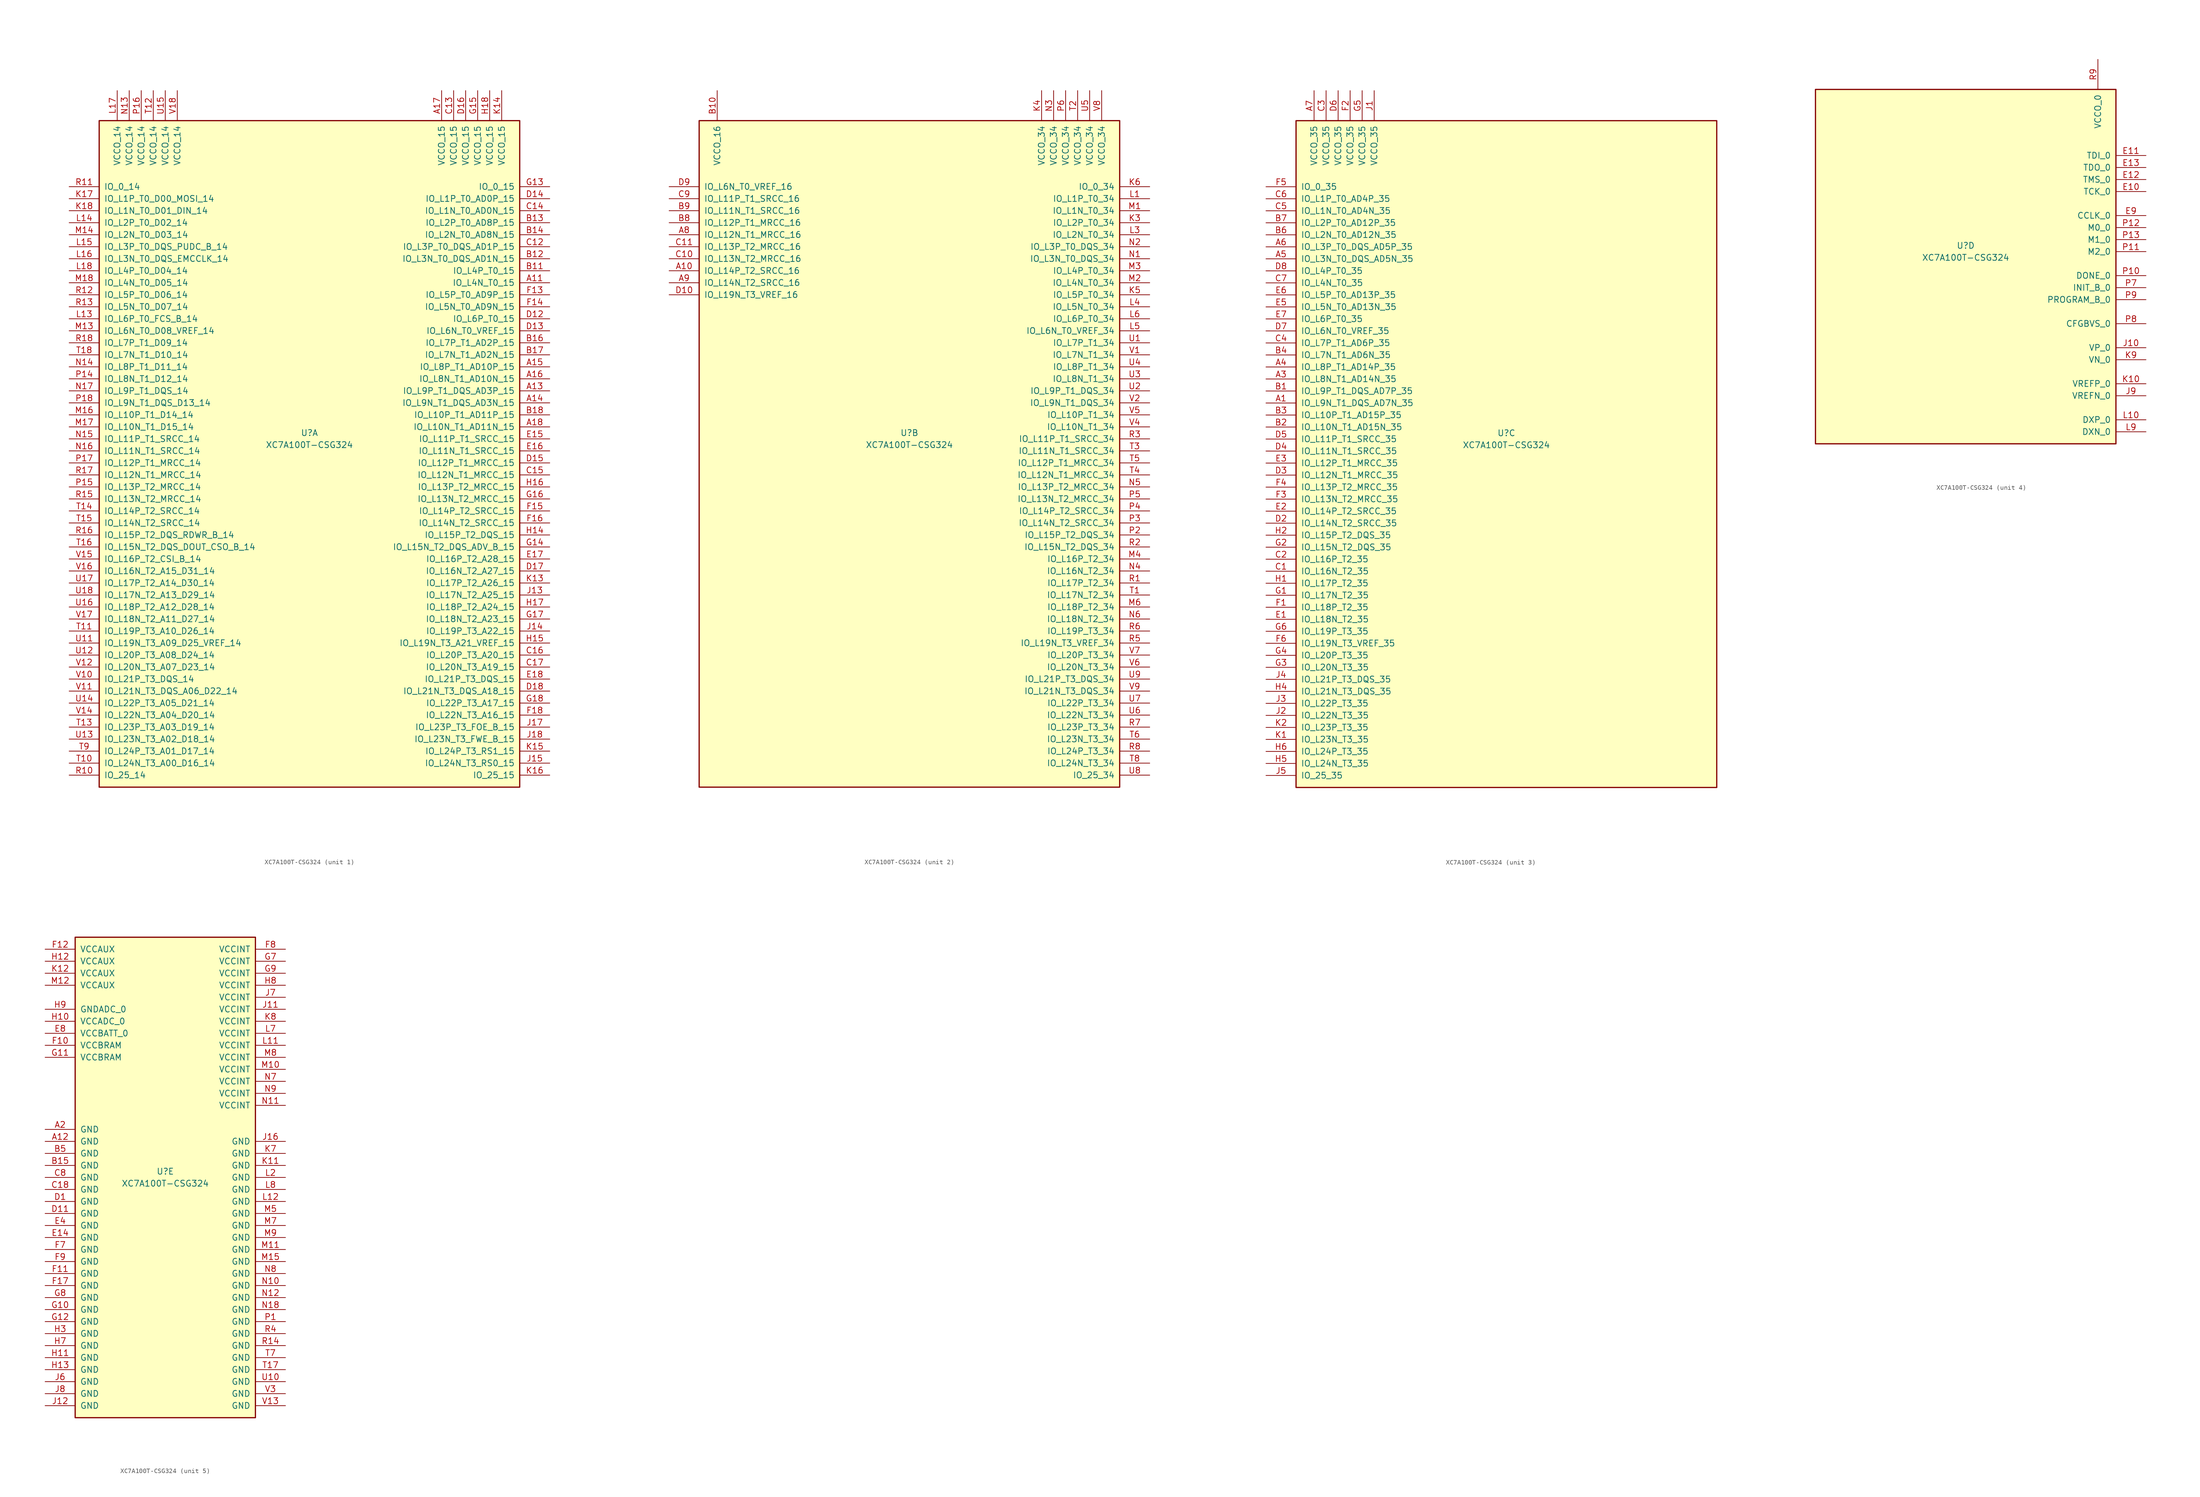
<source format=kicad_sym>
(kicad_symbol_lib
  (version 20241209)
  (generator "kicad_symbol_editor")
  (generator_version "9.0")
  (symbol "XC7A100T-CSG324"
    (pin_names
      (offset 1.016))
    (property "Reference" "U"
      (at 0 1.27 0)
      (effects (font (size 1.27 1.27))))
    (property "Value" "XC7A100T-CSG324"
      (at 0 -1.27 0)
      (effects (font (size 1.27 1.27))))
    (property "Datasheet" ""
      (at 0 0 0)
      (effects (font (size 1.27 1.27))))
    (property "ki_locked" ""
      (at 0 0 0)
      (effects (font (size 1.27 1.27))))
    (symbol "XC7A100T-CSG324_1_1"
      (rectangle (start -44.45 67.31) (end 44.45 -73.66) (stroke (width 0.254) (type default)) (fill (type background)))
      (pin bidirectional line (at -50.8 53.34 0) (length 6.35) (name "IO_0_14" (effects (font (size 1.27 1.27)))) (number "R11" (effects (font (size 1.27 1.27)))))
      (pin bidirectional line (at -50.8 50.8 0) (length 6.35) (name "IO_L1P_T0_D00_MOSI_14" (effects (font (size 1.27 1.27)))) (number "K17" (effects (font (size 1.27 1.27)))))
      (pin bidirectional line (at -50.8 48.26 0) (length 6.35) (name "IO_L1N_T0_D01_DIN_14" (effects (font (size 1.27 1.27)))) (number "K18" (effects (font (size 1.27 1.27)))))
      (pin bidirectional line (at -50.8 45.72 0) (length 6.35) (name "IO_L2P_T0_D02_14" (effects (font (size 1.27 1.27)))) (number "L14" (effects (font (size 1.27 1.27)))))
      (pin bidirectional line (at -50.8 43.18 0) (length 6.35) (name "IO_L2N_T0_D03_14" (effects (font (size 1.27 1.27)))) (number "M14" (effects (font (size 1.27 1.27)))))
      (pin bidirectional line (at -50.8 40.64 0) (length 6.35) (name "IO_L3P_T0_DQS_PUDC_B_14" (effects (font (size 1.27 1.27)))) (number "L15" (effects (font (size 1.27 1.27)))))
      (pin bidirectional line (at -50.8 38.1 0) (length 6.35) (name "IO_L3N_T0_DQS_EMCCLK_14" (effects (font (size 1.27 1.27)))) (number "L16" (effects (font (size 1.27 1.27)))))
      (pin bidirectional line (at -50.8 35.56 0) (length 6.35) (name "IO_L4P_T0_D04_14" (effects (font (size 1.27 1.27)))) (number "L18" (effects (font (size 1.27 1.27)))))
      (pin bidirectional line (at -50.8 33.02 0) (length 6.35) (name "IO_L4N_T0_D05_14" (effects (font (size 1.27 1.27)))) (number "M18" (effects (font (size 1.27 1.27)))))
      (pin bidirectional line (at -50.8 30.48 0) (length 6.35) (name "IO_L5P_T0_D06_14" (effects (font (size 1.27 1.27)))) (number "R12" (effects (font (size 1.27 1.27)))))
      (pin bidirectional line (at -50.8 27.94 0) (length 6.35) (name "IO_L5N_T0_D07_14" (effects (font (size 1.27 1.27)))) (number "R13" (effects (font (size 1.27 1.27)))))
      (pin bidirectional line (at -50.8 25.4 0) (length 6.35) (name "IO_L6P_T0_FCS_B_14" (effects (font (size 1.27 1.27)))) (number "L13" (effects (font (size 1.27 1.27)))))
      (pin bidirectional line (at -50.8 22.86 0) (length 6.35) (name "IO_L6N_T0_D08_VREF_14" (effects (font (size 1.27 1.27)))) (number "M13" (effects (font (size 1.27 1.27)))))
      (pin bidirectional line (at -50.8 20.32 0) (length 6.35) (name "IO_L7P_T1_D09_14" (effects (font (size 1.27 1.27)))) (number "R18" (effects (font (size 1.27 1.27)))))
      (pin bidirectional line (at -50.8 17.78 0) (length 6.35) (name "IO_L7N_T1_D10_14" (effects (font (size 1.27 1.27)))) (number "T18" (effects (font (size 1.27 1.27)))))
      (pin bidirectional line (at -50.8 15.24 0) (length 6.35) (name "IO_L8P_T1_D11_14" (effects (font (size 1.27 1.27)))) (number "N14" (effects (font (size 1.27 1.27)))))
      (pin bidirectional line (at -50.8 12.7 0) (length 6.35) (name "IO_L8N_T1_D12_14" (effects (font (size 1.27 1.27)))) (number "P14" (effects (font (size 1.27 1.27)))))
      (pin bidirectional line (at -50.8 10.16 0) (length 6.35) (name "IO_L9P_T1_DQS_14" (effects (font (size 1.27 1.27)))) (number "N17" (effects (font (size 1.27 1.27)))))
      (pin bidirectional line (at -50.8 7.62 0) (length 6.35) (name "IO_L9N_T1_DQS_D13_14" (effects (font (size 1.27 1.27)))) (number "P18" (effects (font (size 1.27 1.27)))))
      (pin bidirectional line (at -50.8 5.08 0) (length 6.35) (name "IO_L10P_T1_D14_14" (effects (font (size 1.27 1.27)))) (number "M16" (effects (font (size 1.27 1.27)))))
      (pin bidirectional line (at -50.8 2.54 0) (length 6.35) (name "IO_L10N_T1_D15_14" (effects (font (size 1.27 1.27)))) (number "M17" (effects (font (size 1.27 1.27)))))
      (pin bidirectional line (at -50.8 0 0) (length 6.35) (name "IO_L11P_T1_SRCC_14" (effects (font (size 1.27 1.27)))) (number "N15" (effects (font (size 1.27 1.27)))))
      (pin bidirectional line (at -50.8 -2.54 0) (length 6.35) (name "IO_L11N_T1_SRCC_14" (effects (font (size 1.27 1.27)))) (number "N16" (effects (font (size 1.27 1.27)))))
      (pin bidirectional line (at -50.8 -5.08 0) (length 6.35) (name "IO_L12P_T1_MRCC_14" (effects (font (size 1.27 1.27)))) (number "P17" (effects (font (size 1.27 1.27)))))
      (pin bidirectional line (at -50.8 -7.62 0) (length 6.35) (name "IO_L12N_T1_MRCC_14" (effects (font (size 1.27 1.27)))) (number "R17" (effects (font (size 1.27 1.27)))))
      (pin bidirectional line (at -50.8 -10.16 0) (length 6.35) (name "IO_L13P_T2_MRCC_14" (effects (font (size 1.27 1.27)))) (number "P15" (effects (font (size 1.27 1.27)))))
      (pin bidirectional line (at -50.8 -12.7 0) (length 6.35) (name "IO_L13N_T2_MRCC_14" (effects (font (size 1.27 1.27)))) (number "R15" (effects (font (size 1.27 1.27)))))
      (pin bidirectional line (at -50.8 -15.24 0) (length 6.35) (name "IO_L14P_T2_SRCC_14" (effects (font (size 1.27 1.27)))) (number "T14" (effects (font (size 1.27 1.27)))))
      (pin bidirectional line (at -50.8 -17.78 0) (length 6.35) (name "IO_L14N_T2_SRCC_14" (effects (font (size 1.27 1.27)))) (number "T15" (effects (font (size 1.27 1.27)))))
      (pin bidirectional line (at -50.8 -20.32 0) (length 6.35) (name "IO_L15P_T2_DQS_RDWR_B_14" (effects (font (size 1.27 1.27)))) (number "R16" (effects (font (size 1.27 1.27)))))
      (pin bidirectional line (at -50.8 -22.86 0) (length 6.35) (name "IO_L15N_T2_DQS_DOUT_CSO_B_14" (effects (font (size 1.27 1.27)))) (number "T16" (effects (font (size 1.27 1.27)))))
      (pin bidirectional line (at -50.8 -25.4 0) (length 6.35) (name "IO_L16P_T2_CSI_B_14" (effects (font (size 1.27 1.27)))) (number "V15" (effects (font (size 1.27 1.27)))))
      (pin bidirectional line (at -50.8 -27.94 0) (length 6.35) (name "IO_L16N_T2_A15_D31_14" (effects (font (size 1.27 1.27)))) (number "V16" (effects (font (size 1.27 1.27)))))
      (pin bidirectional line (at -50.8 -30.48 0) (length 6.35) (name "IO_L17P_T2_A14_D30_14" (effects (font (size 1.27 1.27)))) (number "U17" (effects (font (size 1.27 1.27)))))
      (pin bidirectional line (at -50.8 -33.02 0) (length 6.35) (name "IO_L17N_T2_A13_D29_14" (effects (font (size 1.27 1.27)))) (number "U18" (effects (font (size 1.27 1.27)))))
      (pin bidirectional line (at -50.8 -35.56 0) (length 6.35) (name "IO_L18P_T2_A12_D28_14" (effects (font (size 1.27 1.27)))) (number "U16" (effects (font (size 1.27 1.27)))))
      (pin bidirectional line (at -50.8 -38.1 0) (length 6.35) (name "IO_L18N_T2_A11_D27_14" (effects (font (size 1.27 1.27)))) (number "V17" (effects (font (size 1.27 1.27)))))
      (pin bidirectional line (at -50.8 -40.64 0) (length 6.35) (name "IO_L19P_T3_A10_D26_14" (effects (font (size 1.27 1.27)))) (number "T11" (effects (font (size 1.27 1.27)))))
      (pin bidirectional line (at -50.8 -43.18 0) (length 6.35) (name "IO_L19N_T3_A09_D25_VREF_14" (effects (font (size 1.27 1.27)))) (number "U11" (effects (font (size 1.27 1.27)))))
      (pin bidirectional line (at -50.8 -45.72 0) (length 6.35) (name "IO_L20P_T3_A08_D24_14" (effects (font (size 1.27 1.27)))) (number "U12" (effects (font (size 1.27 1.27)))))
      (pin bidirectional line (at -50.8 -48.26 0) (length 6.35) (name "IO_L20N_T3_A07_D23_14" (effects (font (size 1.27 1.27)))) (number "V12" (effects (font (size 1.27 1.27)))))
      (pin bidirectional line (at -50.8 -50.8 0) (length 6.35) (name "IO_L21P_T3_DQS_14" (effects (font (size 1.27 1.27)))) (number "V10" (effects (font (size 1.27 1.27)))))
      (pin bidirectional line (at -50.8 -53.34 0) (length 6.35) (name "IO_L21N_T3_DQS_A06_D22_14" (effects (font (size 1.27 1.27)))) (number "V11" (effects (font (size 1.27 1.27)))))
      (pin bidirectional line (at -50.8 -55.88 0) (length 6.35) (name "IO_L22P_T3_A05_D21_14" (effects (font (size 1.27 1.27)))) (number "U14" (effects (font (size 1.27 1.27)))))
      (pin bidirectional line (at -50.8 -58.42 0) (length 6.35) (name "IO_L22N_T3_A04_D20_14" (effects (font (size 1.27 1.27)))) (number "V14" (effects (font (size 1.27 1.27)))))
      (pin bidirectional line (at -50.8 -60.96 0) (length 6.35) (name "IO_L23P_T3_A03_D19_14" (effects (font (size 1.27 1.27)))) (number "T13" (effects (font (size 1.27 1.27)))))
      (pin bidirectional line (at -50.8 -63.5 0) (length 6.35) (name "IO_L23N_T3_A02_D18_14" (effects (font (size 1.27 1.27)))) (number "U13" (effects (font (size 1.27 1.27)))))
      (pin bidirectional line (at -50.8 -66.04 0) (length 6.35) (name "IO_L24P_T3_A01_D17_14" (effects (font (size 1.27 1.27)))) (number "T9" (effects (font (size 1.27 1.27)))))
      (pin bidirectional line (at -50.8 -68.58 0) (length 6.35) (name "IO_L24N_T3_A00_D16_14" (effects (font (size 1.27 1.27)))) (number "T10" (effects (font (size 1.27 1.27)))))
      (pin bidirectional line (at -50.8 -71.12 0) (length 6.35) (name "IO_25_14" (effects (font (size 1.27 1.27)))) (number "R10" (effects (font (size 1.27 1.27)))))
      (pin power_in line (at -40.64 73.66 270) (length 6.35) (name "VCCO_14" (effects (font (size 1.27 1.27)))) (number "L17" (effects (font (size 1.27 1.27)))))
      (pin power_in line (at -38.1 73.66 270) (length 6.35) (name "VCCO_14" (effects (font (size 1.27 1.27)))) (number "N13" (effects (font (size 1.27 1.27)))))
      (pin power_in line (at -35.56 73.66 270) (length 6.35) (name "VCCO_14" (effects (font (size 1.27 1.27)))) (number "P16" (effects (font (size 1.27 1.27)))))
      (pin power_in line (at -33.02 73.66 270) (length 6.35) (name "VCCO_14" (effects (font (size 1.27 1.27)))) (number "T12" (effects (font (size 1.27 1.27)))))
      (pin power_in line (at -30.48 73.66 270) (length 6.35) (name "VCCO_14" (effects (font (size 1.27 1.27)))) (number "U15" (effects (font (size 1.27 1.27)))))
      (pin power_in line (at -27.94 73.66 270) (length 6.35) (name "VCCO_14" (effects (font (size 1.27 1.27)))) (number "V18" (effects (font (size 1.27 1.27)))))
      (pin power_in line (at 27.94 73.66 270) (length 6.35) (name "VCCO_15" (effects (font (size 1.27 1.27)))) (number "A17" (effects (font (size 1.27 1.27)))))
      (pin power_in line (at 30.48 73.66 270) (length 6.35) (name "VCCO_15" (effects (font (size 1.27 1.27)))) (number "C13" (effects (font (size 1.27 1.27)))))
      (pin power_in line (at 33.02 73.66 270) (length 6.35) (name "VCCO_15" (effects (font (size 1.27 1.27)))) (number "D16" (effects (font (size 1.27 1.27)))))
      (pin power_in line (at 35.56 73.66 270) (length 6.35) (name "VCCO_15" (effects (font (size 1.27 1.27)))) (number "G15" (effects (font (size 1.27 1.27)))))
      (pin power_in line (at 38.1 73.66 270) (length 6.35) (name "VCCO_15" (effects (font (size 1.27 1.27)))) (number "H18" (effects (font (size 1.27 1.27)))))
      (pin power_in line (at 40.64 73.66 270) (length 6.35) (name "VCCO_15" (effects (font (size 1.27 1.27)))) (number "K14" (effects (font (size 1.27 1.27)))))
      (pin bidirectional line (at 50.8 53.34 180) (length 6.35) (name "IO_0_15" (effects (font (size 1.27 1.27)))) (number "G13" (effects (font (size 1.27 1.27)))))
      (pin bidirectional line (at 50.8 50.8 180) (length 6.35) (name "IO_L1P_T0_AD0P_15" (effects (font (size 1.27 1.27)))) (number "D14" (effects (font (size 1.27 1.27)))))
      (pin bidirectional line (at 50.8 48.26 180) (length 6.35) (name "IO_L1N_T0_AD0N_15" (effects (font (size 1.27 1.27)))) (number "C14" (effects (font (size 1.27 1.27)))))
      (pin bidirectional line (at 50.8 45.72 180) (length 6.35) (name "IO_L2P_T0_AD8P_15" (effects (font (size 1.27 1.27)))) (number "B13" (effects (font (size 1.27 1.27)))))
      (pin bidirectional line (at 50.8 43.18 180) (length 6.35) (name "IO_L2N_T0_AD8N_15" (effects (font (size 1.27 1.27)))) (number "B14" (effects (font (size 1.27 1.27)))))
      (pin bidirectional line (at 50.8 40.64 180) (length 6.35) (name "IO_L3P_T0_DQS_AD1P_15" (effects (font (size 1.27 1.27)))) (number "C12" (effects (font (size 1.27 1.27)))))
      (pin bidirectional line (at 50.8 38.1 180) (length 6.35) (name "IO_L3N_T0_DQS_AD1N_15" (effects (font (size 1.27 1.27)))) (number "B12" (effects (font (size 1.27 1.27)))))
      (pin bidirectional line (at 50.8 35.56 180) (length 6.35) (name "IO_L4P_T0_15" (effects (font (size 1.27 1.27)))) (number "B11" (effects (font (size 1.27 1.27)))))
      (pin bidirectional line (at 50.8 33.02 180) (length 6.35) (name "IO_L4N_T0_15" (effects (font (size 1.27 1.27)))) (number "A11" (effects (font (size 1.27 1.27)))))
      (pin bidirectional line (at 50.8 30.48 180) (length 6.35) (name "IO_L5P_T0_AD9P_15" (effects (font (size 1.27 1.27)))) (number "F13" (effects (font (size 1.27 1.27)))))
      (pin bidirectional line (at 50.8 27.94 180) (length 6.35) (name "IO_L5N_T0_AD9N_15" (effects (font (size 1.27 1.27)))) (number "F14" (effects (font (size 1.27 1.27)))))
      (pin bidirectional line (at 50.8 25.4 180) (length 6.35) (name "IO_L6P_T0_15" (effects (font (size 1.27 1.27)))) (number "D12" (effects (font (size 1.27 1.27)))))
      (pin bidirectional line (at 50.8 22.86 180) (length 6.35) (name "IO_L6N_T0_VREF_15" (effects (font (size 1.27 1.27)))) (number "D13" (effects (font (size 1.27 1.27)))))
      (pin bidirectional line (at 50.8 20.32 180) (length 6.35) (name "IO_L7P_T1_AD2P_15" (effects (font (size 1.27 1.27)))) (number "B16" (effects (font (size 1.27 1.27)))))
      (pin bidirectional line (at 50.8 17.78 180) (length 6.35) (name "IO_L7N_T1_AD2N_15" (effects (font (size 1.27 1.27)))) (number "B17" (effects (font (size 1.27 1.27)))))
      (pin bidirectional line (at 50.8 15.24 180) (length 6.35) (name "IO_L8P_T1_AD10P_15" (effects (font (size 1.27 1.27)))) (number "A15" (effects (font (size 1.27 1.27)))))
      (pin bidirectional line (at 50.8 12.7 180) (length 6.35) (name "IO_L8N_T1_AD10N_15" (effects (font (size 1.27 1.27)))) (number "A16" (effects (font (size 1.27 1.27)))))
      (pin bidirectional line (at 50.8 10.16 180) (length 6.35) (name "IO_L9P_T1_DQS_AD3P_15" (effects (font (size 1.27 1.27)))) (number "A13" (effects (font (size 1.27 1.27)))))
      (pin bidirectional line (at 50.8 7.62 180) (length 6.35) (name "IO_L9N_T1_DQS_AD3N_15" (effects (font (size 1.27 1.27)))) (number "A14" (effects (font (size 1.27 1.27)))))
      (pin bidirectional line (at 50.8 5.08 180) (length 6.35) (name "IO_L10P_T1_AD11P_15" (effects (font (size 1.27 1.27)))) (number "B18" (effects (font (size 1.27 1.27)))))
      (pin bidirectional line (at 50.8 2.54 180) (length 6.35) (name "IO_L10N_T1_AD11N_15" (effects (font (size 1.27 1.27)))) (number "A18" (effects (font (size 1.27 1.27)))))
      (pin bidirectional line (at 50.8 0 180) (length 6.35) (name "IO_L11P_T1_SRCC_15" (effects (font (size 1.27 1.27)))) (number "E15" (effects (font (size 1.27 1.27)))))
      (pin bidirectional line (at 50.8 -2.54 180) (length 6.35) (name "IO_L11N_T1_SRCC_15" (effects (font (size 1.27 1.27)))) (number "E16" (effects (font (size 1.27 1.27)))))
      (pin bidirectional line (at 50.8 -5.08 180) (length 6.35) (name "IO_L12P_T1_MRCC_15" (effects (font (size 1.27 1.27)))) (number "D15" (effects (font (size 1.27 1.27)))))
      (pin bidirectional line (at 50.8 -7.62 180) (length 6.35) (name "IO_L12N_T1_MRCC_15" (effects (font (size 1.27 1.27)))) (number "C15" (effects (font (size 1.27 1.27)))))
      (pin bidirectional line (at 50.8 -10.16 180) (length 6.35) (name "IO_L13P_T2_MRCC_15" (effects (font (size 1.27 1.27)))) (number "H16" (effects (font (size 1.27 1.27)))))
      (pin bidirectional line (at 50.8 -12.7 180) (length 6.35) (name "IO_L13N_T2_MRCC_15" (effects (font (size 1.27 1.27)))) (number "G16" (effects (font (size 1.27 1.27)))))
      (pin bidirectional line (at 50.8 -15.24 180) (length 6.35) (name "IO_L14P_T2_SRCC_15" (effects (font (size 1.27 1.27)))) (number "F15" (effects (font (size 1.27 1.27)))))
      (pin bidirectional line (at 50.8 -17.78 180) (length 6.35) (name "IO_L14N_T2_SRCC_15" (effects (font (size 1.27 1.27)))) (number "F16" (effects (font (size 1.27 1.27)))))
      (pin bidirectional line (at 50.8 -20.32 180) (length 6.35) (name "IO_L15P_T2_DQS_15" (effects (font (size 1.27 1.27)))) (number "H14" (effects (font (size 1.27 1.27)))))
      (pin bidirectional line (at 50.8 -22.86 180) (length 6.35) (name "IO_L15N_T2_DQS_ADV_B_15" (effects (font (size 1.27 1.27)))) (number "G14" (effects (font (size 1.27 1.27)))))
      (pin bidirectional line (at 50.8 -25.4 180) (length 6.35) (name "IO_L16P_T2_A28_15" (effects (font (size 1.27 1.27)))) (number "E17" (effects (font (size 1.27 1.27)))))
      (pin bidirectional line (at 50.8 -27.94 180) (length 6.35) (name "IO_L16N_T2_A27_15" (effects (font (size 1.27 1.27)))) (number "D17" (effects (font (size 1.27 1.27)))))
      (pin bidirectional line (at 50.8 -30.48 180) (length 6.35) (name "IO_L17P_T2_A26_15" (effects (font (size 1.27 1.27)))) (number "K13" (effects (font (size 1.27 1.27)))))
      (pin bidirectional line (at 50.8 -33.02 180) (length 6.35) (name "IO_L17N_T2_A25_15" (effects (font (size 1.27 1.27)))) (number "J13" (effects (font (size 1.27 1.27)))))
      (pin bidirectional line (at 50.8 -35.56 180) (length 6.35) (name "IO_L18P_T2_A24_15" (effects (font (size 1.27 1.27)))) (number "H17" (effects (font (size 1.27 1.27)))))
      (pin bidirectional line (at 50.8 -38.1 180) (length 6.35) (name "IO_L18N_T2_A23_15" (effects (font (size 1.27 1.27)))) (number "G17" (effects (font (size 1.27 1.27)))))
      (pin bidirectional line (at 50.8 -40.64 180) (length 6.35) (name "IO_L19P_T3_A22_15" (effects (font (size 1.27 1.27)))) (number "J14" (effects (font (size 1.27 1.27)))))
      (pin bidirectional line (at 50.8 -43.18 180) (length 6.35) (name "IO_L19N_T3_A21_VREF_15" (effects (font (size 1.27 1.27)))) (number "H15" (effects (font (size 1.27 1.27)))))
      (pin bidirectional line (at 50.8 -45.72 180) (length 6.35) (name "IO_L20P_T3_A20_15" (effects (font (size 1.27 1.27)))) (number "C16" (effects (font (size 1.27 1.27)))))
      (pin bidirectional line (at 50.8 -48.26 180) (length 6.35) (name "IO_L20N_T3_A19_15" (effects (font (size 1.27 1.27)))) (number "C17" (effects (font (size 1.27 1.27)))))
      (pin bidirectional line (at 50.8 -50.8 180) (length 6.35) (name "IO_L21P_T3_DQS_15" (effects (font (size 1.27 1.27)))) (number "E18" (effects (font (size 1.27 1.27)))))
      (pin bidirectional line (at 50.8 -53.34 180) (length 6.35) (name "IO_L21N_T3_DQS_A18_15" (effects (font (size 1.27 1.27)))) (number "D18" (effects (font (size 1.27 1.27)))))
      (pin bidirectional line (at 50.8 -55.88 180) (length 6.35) (name "IO_L22P_T3_A17_15" (effects (font (size 1.27 1.27)))) (number "G18" (effects (font (size 1.27 1.27)))))
      (pin bidirectional line (at 50.8 -58.42 180) (length 6.35) (name "IO_L22N_T3_A16_15" (effects (font (size 1.27 1.27)))) (number "F18" (effects (font (size 1.27 1.27)))))
      (pin bidirectional line (at 50.8 -60.96 180) (length 6.35) (name "IO_L23P_T3_FOE_B_15" (effects (font (size 1.27 1.27)))) (number "J17" (effects (font (size 1.27 1.27)))))
      (pin bidirectional line (at 50.8 -63.5 180) (length 6.35) (name "IO_L23N_T3_FWE_B_15" (effects (font (size 1.27 1.27)))) (number "J18" (effects (font (size 1.27 1.27)))))
      (pin bidirectional line (at 50.8 -66.04 180) (length 6.35) (name "IO_L24P_T3_RS1_15" (effects (font (size 1.27 1.27)))) (number "K15" (effects (font (size 1.27 1.27)))))
      (pin bidirectional line (at 50.8 -68.58 180) (length 6.35) (name "IO_L24N_T3_RS0_15" (effects (font (size 1.27 1.27)))) (number "J15" (effects (font (size 1.27 1.27)))))
      (pin bidirectional line (at 50.8 -71.12 180) (length 6.35) (name "IO_25_15" (effects (font (size 1.27 1.27)))) (number "K16" (effects (font (size 1.27 1.27))))))
    (symbol "XC7A100T-CSG324_2_1"
      (rectangle (start -44.45 67.31) (end 44.45 -73.66) (stroke (width 0.254) (type default)) (fill (type background)))
      (pin bidirectional line (at -50.8 53.34 0) (length 6.35) (name "IO_L6N_T0_VREF_16" (effects (font (size 1.27 1.27)))) (number "D9" (effects (font (size 1.27 1.27)))))
      (pin bidirectional line (at -50.8 50.8 0) (length 6.35) (name "IO_L11P_T1_SRCC_16" (effects (font (size 1.27 1.27)))) (number "C9" (effects (font (size 1.27 1.27)))))
      (pin bidirectional line (at -50.8 48.26 0) (length 6.35) (name "IO_L11N_T1_SRCC_16" (effects (font (size 1.27 1.27)))) (number "B9" (effects (font (size 1.27 1.27)))))
      (pin bidirectional line (at -50.8 45.72 0) (length 6.35) (name "IO_L12P_T1_MRCC_16" (effects (font (size 1.27 1.27)))) (number "B8" (effects (font (size 1.27 1.27)))))
      (pin bidirectional line (at -50.8 43.18 0) (length 6.35) (name "IO_L12N_T1_MRCC_16" (effects (font (size 1.27 1.27)))) (number "A8" (effects (font (size 1.27 1.27)))))
      (pin bidirectional line (at -50.8 40.64 0) (length 6.35) (name "IO_L13P_T2_MRCC_16" (effects (font (size 1.27 1.27)))) (number "C11" (effects (font (size 1.27 1.27)))))
      (pin bidirectional line (at -50.8 38.1 0) (length 6.35) (name "IO_L13N_T2_MRCC_16" (effects (font (size 1.27 1.27)))) (number "C10" (effects (font (size 1.27 1.27)))))
      (pin bidirectional line (at -50.8 35.56 0) (length 6.35) (name "IO_L14P_T2_SRCC_16" (effects (font (size 1.27 1.27)))) (number "A10" (effects (font (size 1.27 1.27)))))
      (pin bidirectional line (at -50.8 33.02 0) (length 6.35) (name "IO_L14N_T2_SRCC_16" (effects (font (size 1.27 1.27)))) (number "A9" (effects (font (size 1.27 1.27)))))
      (pin bidirectional line (at -50.8 30.48 0) (length 6.35) (name "IO_L19N_T3_VREF_16" (effects (font (size 1.27 1.27)))) (number "D10" (effects (font (size 1.27 1.27)))))
      (pin power_in line (at -40.64 73.66 270) (length 6.35) (name "VCCO_16" (effects (font (size 1.27 1.27)))) (number "B10" (effects (font (size 1.27 1.27)))))
      (pin power_in line (at 27.94 73.66 270) (length 6.35) (name "VCCO_34" (effects (font (size 1.27 1.27)))) (number "K4" (effects (font (size 1.27 1.27)))))
      (pin power_in line (at 30.48 73.66 270) (length 6.35) (name "VCCO_34" (effects (font (size 1.27 1.27)))) (number "N3" (effects (font (size 1.27 1.27)))))
      (pin power_in line (at 33.02 73.66 270) (length 6.35) (name "VCCO_34" (effects (font (size 1.27 1.27)))) (number "P6" (effects (font (size 1.27 1.27)))))
      (pin power_in line (at 35.56 73.66 270) (length 6.35) (name "VCCO_34" (effects (font (size 1.27 1.27)))) (number "T2" (effects (font (size 1.27 1.27)))))
      (pin power_in line (at 38.1 73.66 270) (length 6.35) (name "VCCO_34" (effects (font (size 1.27 1.27)))) (number "U5" (effects (font (size 1.27 1.27)))))
      (pin power_in line (at 40.64 73.66 270) (length 6.35) (name "VCCO_34" (effects (font (size 1.27 1.27)))) (number "V8" (effects (font (size 1.27 1.27)))))
      (pin bidirectional line (at 50.8 53.34 180) (length 6.35) (name "IO_0_34" (effects (font (size 1.27 1.27)))) (number "K6" (effects (font (size 1.27 1.27)))))
      (pin bidirectional line (at 50.8 50.8 180) (length 6.35) (name "IO_L1P_T0_34" (effects (font (size 1.27 1.27)))) (number "L1" (effects (font (size 1.27 1.27)))))
      (pin bidirectional line (at 50.8 48.26 180) (length 6.35) (name "IO_L1N_T0_34" (effects (font (size 1.27 1.27)))) (number "M1" (effects (font (size 1.27 1.27)))))
      (pin bidirectional line (at 50.8 45.72 180) (length 6.35) (name "IO_L2P_T0_34" (effects (font (size 1.27 1.27)))) (number "K3" (effects (font (size 1.27 1.27)))))
      (pin bidirectional line (at 50.8 43.18 180) (length 6.35) (name "IO_L2N_T0_34" (effects (font (size 1.27 1.27)))) (number "L3" (effects (font (size 1.27 1.27)))))
      (pin bidirectional line (at 50.8 40.64 180) (length 6.35) (name "IO_L3P_T0_DQS_34" (effects (font (size 1.27 1.27)))) (number "N2" (effects (font (size 1.27 1.27)))))
      (pin bidirectional line (at 50.8 38.1 180) (length 6.35) (name "IO_L3N_T0_DQS_34" (effects (font (size 1.27 1.27)))) (number "N1" (effects (font (size 1.27 1.27)))))
      (pin bidirectional line (at 50.8 35.56 180) (length 6.35) (name "IO_L4P_T0_34" (effects (font (size 1.27 1.27)))) (number "M3" (effects (font (size 1.27 1.27)))))
      (pin bidirectional line (at 50.8 33.02 180) (length 6.35) (name "IO_L4N_T0_34" (effects (font (size 1.27 1.27)))) (number "M2" (effects (font (size 1.27 1.27)))))
      (pin bidirectional line (at 50.8 30.48 180) (length 6.35) (name "IO_L5P_T0_34" (effects (font (size 1.27 1.27)))) (number "K5" (effects (font (size 1.27 1.27)))))
      (pin bidirectional line (at 50.8 27.94 180) (length 6.35) (name "IO_L5N_T0_34" (effects (font (size 1.27 1.27)))) (number "L4" (effects (font (size 1.27 1.27)))))
      (pin bidirectional line (at 50.8 25.4 180) (length 6.35) (name "IO_L6P_T0_34" (effects (font (size 1.27 1.27)))) (number "L6" (effects (font (size 1.27 1.27)))))
      (pin bidirectional line (at 50.8 22.86 180) (length 6.35) (name "IO_L6N_T0_VREF_34" (effects (font (size 1.27 1.27)))) (number "L5" (effects (font (size 1.27 1.27)))))
      (pin bidirectional line (at 50.8 20.32 180) (length 6.35) (name "IO_L7P_T1_34" (effects (font (size 1.27 1.27)))) (number "U1" (effects (font (size 1.27 1.27)))))
      (pin bidirectional line (at 50.8 17.78 180) (length 6.35) (name "IO_L7N_T1_34" (effects (font (size 1.27 1.27)))) (number "V1" (effects (font (size 1.27 1.27)))))
      (pin bidirectional line (at 50.8 15.24 180) (length 6.35) (name "IO_L8P_T1_34" (effects (font (size 1.27 1.27)))) (number "U4" (effects (font (size 1.27 1.27)))))
      (pin bidirectional line (at 50.8 12.7 180) (length 6.35) (name "IO_L8N_T1_34" (effects (font (size 1.27 1.27)))) (number "U3" (effects (font (size 1.27 1.27)))))
      (pin bidirectional line (at 50.8 10.16 180) (length 6.35) (name "IO_L9P_T1_DQS_34" (effects (font (size 1.27 1.27)))) (number "U2" (effects (font (size 1.27 1.27)))))
      (pin bidirectional line (at 50.8 7.62 180) (length 6.35) (name "IO_L9N_T1_DQS_34" (effects (font (size 1.27 1.27)))) (number "V2" (effects (font (size 1.27 1.27)))))
      (pin bidirectional line (at 50.8 5.08 180) (length 6.35) (name "IO_L10P_T1_34" (effects (font (size 1.27 1.27)))) (number "V5" (effects (font (size 1.27 1.27)))))
      (pin bidirectional line (at 50.8 2.54 180) (length 6.35) (name "IO_L10N_T1_34" (effects (font (size 1.27 1.27)))) (number "V4" (effects (font (size 1.27 1.27)))))
      (pin bidirectional line (at 50.8 0 180) (length 6.35) (name "IO_L11P_T1_SRCC_34" (effects (font (size 1.27 1.27)))) (number "R3" (effects (font (size 1.27 1.27)))))
      (pin bidirectional line (at 50.8 -2.54 180) (length 6.35) (name "IO_L11N_T1_SRCC_34" (effects (font (size 1.27 1.27)))) (number "T3" (effects (font (size 1.27 1.27)))))
      (pin bidirectional line (at 50.8 -5.08 180) (length 6.35) (name "IO_L12P_T1_MRCC_34" (effects (font (size 1.27 1.27)))) (number "T5" (effects (font (size 1.27 1.27)))))
      (pin bidirectional line (at 50.8 -7.62 180) (length 6.35) (name "IO_L12N_T1_MRCC_34" (effects (font (size 1.27 1.27)))) (number "T4" (effects (font (size 1.27 1.27)))))
      (pin bidirectional line (at 50.8 -10.16 180) (length 6.35) (name "IO_L13P_T2_MRCC_34" (effects (font (size 1.27 1.27)))) (number "N5" (effects (font (size 1.27 1.27)))))
      (pin bidirectional line (at 50.8 -12.7 180) (length 6.35) (name "IO_L13N_T2_MRCC_34" (effects (font (size 1.27 1.27)))) (number "P5" (effects (font (size 1.27 1.27)))))
      (pin bidirectional line (at 50.8 -15.24 180) (length 6.35) (name "IO_L14P_T2_SRCC_34" (effects (font (size 1.27 1.27)))) (number "P4" (effects (font (size 1.27 1.27)))))
      (pin bidirectional line (at 50.8 -17.78 180) (length 6.35) (name "IO_L14N_T2_SRCC_34" (effects (font (size 1.27 1.27)))) (number "P3" (effects (font (size 1.27 1.27)))))
      (pin bidirectional line (at 50.8 -20.32 180) (length 6.35) (name "IO_L15P_T2_DQS_34" (effects (font (size 1.27 1.27)))) (number "P2" (effects (font (size 1.27 1.27)))))
      (pin bidirectional line (at 50.8 -22.86 180) (length 6.35) (name "IO_L15N_T2_DQS_34" (effects (font (size 1.27 1.27)))) (number "R2" (effects (font (size 1.27 1.27)))))
      (pin bidirectional line (at 50.8 -25.4 180) (length 6.35) (name "IO_L16P_T2_34" (effects (font (size 1.27 1.27)))) (number "M4" (effects (font (size 1.27 1.27)))))
      (pin bidirectional line (at 50.8 -27.94 180) (length 6.35) (name "IO_L16N_T2_34" (effects (font (size 1.27 1.27)))) (number "N4" (effects (font (size 1.27 1.27)))))
      (pin bidirectional line (at 50.8 -30.48 180) (length 6.35) (name "IO_L17P_T2_34" (effects (font (size 1.27 1.27)))) (number "R1" (effects (font (size 1.27 1.27)))))
      (pin bidirectional line (at 50.8 -33.02 180) (length 6.35) (name "IO_L17N_T2_34" (effects (font (size 1.27 1.27)))) (number "T1" (effects (font (size 1.27 1.27)))))
      (pin bidirectional line (at 50.8 -35.56 180) (length 6.35) (name "IO_L18P_T2_34" (effects (font (size 1.27 1.27)))) (number "M6" (effects (font (size 1.27 1.27)))))
      (pin bidirectional line (at 50.8 -38.1 180) (length 6.35) (name "IO_L18N_T2_34" (effects (font (size 1.27 1.27)))) (number "N6" (effects (font (size 1.27 1.27)))))
      (pin bidirectional line (at 50.8 -40.64 180) (length 6.35) (name "IO_L19P_T3_34" (effects (font (size 1.27 1.27)))) (number "R6" (effects (font (size 1.27 1.27)))))
      (pin bidirectional line (at 50.8 -43.18 180) (length 6.35) (name "IO_L19N_T3_VREF_34" (effects (font (size 1.27 1.27)))) (number "R5" (effects (font (size 1.27 1.27)))))
      (pin bidirectional line (at 50.8 -45.72 180) (length 6.35) (name "IO_L20P_T3_34" (effects (font (size 1.27 1.27)))) (number "V7" (effects (font (size 1.27 1.27)))))
      (pin bidirectional line (at 50.8 -48.26 180) (length 6.35) (name "IO_L20N_T3_34" (effects (font (size 1.27 1.27)))) (number "V6" (effects (font (size 1.27 1.27)))))
      (pin bidirectional line (at 50.8 -50.8 180) (length 6.35) (name "IO_L21P_T3_DQS_34" (effects (font (size 1.27 1.27)))) (number "U9" (effects (font (size 1.27 1.27)))))
      (pin bidirectional line (at 50.8 -53.34 180) (length 6.35) (name "IO_L21N_T3_DQS_34" (effects (font (size 1.27 1.27)))) (number "V9" (effects (font (size 1.27 1.27)))))
      (pin bidirectional line (at 50.8 -55.88 180) (length 6.35) (name "IO_L22P_T3_34" (effects (font (size 1.27 1.27)))) (number "U7" (effects (font (size 1.27 1.27)))))
      (pin bidirectional line (at 50.8 -58.42 180) (length 6.35) (name "IO_L22N_T3_34" (effects (font (size 1.27 1.27)))) (number "U6" (effects (font (size 1.27 1.27)))))
      (pin bidirectional line (at 50.8 -60.96 180) (length 6.35) (name "IO_L23P_T3_34" (effects (font (size 1.27 1.27)))) (number "R7" (effects (font (size 1.27 1.27)))))
      (pin bidirectional line (at 50.8 -63.5 180) (length 6.35) (name "IO_L23N_T3_34" (effects (font (size 1.27 1.27)))) (number "T6" (effects (font (size 1.27 1.27)))))
      (pin bidirectional line (at 50.8 -66.04 180) (length 6.35) (name "IO_L24P_T3_34" (effects (font (size 1.27 1.27)))) (number "R8" (effects (font (size 1.27 1.27)))))
      (pin bidirectional line (at 50.8 -68.58 180) (length 6.35) (name "IO_L24N_T3_34" (effects (font (size 1.27 1.27)))) (number "T8" (effects (font (size 1.27 1.27)))))
      (pin bidirectional line (at 50.8 -71.12 180) (length 6.35) (name "IO_25_34" (effects (font (size 1.27 1.27)))) (number "U8" (effects (font (size 1.27 1.27))))))
    (symbol "XC7A100T-CSG324_3_1"
      (rectangle (start -44.45 67.31) (end 44.45 -73.66) (stroke (width 0.254) (type default)) (fill (type background)))
      (pin bidirectional line (at -50.8 53.34 0) (length 6.35) (name "IO_0_35" (effects (font (size 1.27 1.27)))) (number "F5" (effects (font (size 1.27 1.27)))))
      (pin bidirectional line (at -50.8 50.8 0) (length 6.35) (name "IO_L1P_T0_AD4P_35" (effects (font (size 1.27 1.27)))) (number "C6" (effects (font (size 1.27 1.27)))))
      (pin bidirectional line (at -50.8 48.26 0) (length 6.35) (name "IO_L1N_T0_AD4N_35" (effects (font (size 1.27 1.27)))) (number "C5" (effects (font (size 1.27 1.27)))))
      (pin bidirectional line (at -50.8 45.72 0) (length 6.35) (name "IO_L2P_T0_AD12P_35" (effects (font (size 1.27 1.27)))) (number "B7" (effects (font (size 1.27 1.27)))))
      (pin bidirectional line (at -50.8 43.18 0) (length 6.35) (name "IO_L2N_T0_AD12N_35" (effects (font (size 1.27 1.27)))) (number "B6" (effects (font (size 1.27 1.27)))))
      (pin bidirectional line (at -50.8 40.64 0) (length 6.35) (name "IO_L3P_T0_DQS_AD5P_35" (effects (font (size 1.27 1.27)))) (number "A6" (effects (font (size 1.27 1.27)))))
      (pin bidirectional line (at -50.8 38.1 0) (length 6.35) (name "IO_L3N_T0_DQS_AD5N_35" (effects (font (size 1.27 1.27)))) (number "A5" (effects (font (size 1.27 1.27)))))
      (pin bidirectional line (at -50.8 35.56 0) (length 6.35) (name "IO_L4P_T0_35" (effects (font (size 1.27 1.27)))) (number "D8" (effects (font (size 1.27 1.27)))))
      (pin bidirectional line (at -50.8 33.02 0) (length 6.35) (name "IO_L4N_T0_35" (effects (font (size 1.27 1.27)))) (number "C7" (effects (font (size 1.27 1.27)))))
      (pin bidirectional line (at -50.8 30.48 0) (length 6.35) (name "IO_L5P_T0_AD13P_35" (effects (font (size 1.27 1.27)))) (number "E6" (effects (font (size 1.27 1.27)))))
      (pin bidirectional line (at -50.8 27.94 0) (length 6.35) (name "IO_L5N_T0_AD13N_35" (effects (font (size 1.27 1.27)))) (number "E5" (effects (font (size 1.27 1.27)))))
      (pin bidirectional line (at -50.8 25.4 0) (length 6.35) (name "IO_L6P_T0_35" (effects (font (size 1.27 1.27)))) (number "E7" (effects (font (size 1.27 1.27)))))
      (pin bidirectional line (at -50.8 22.86 0) (length 6.35) (name "IO_L6N_T0_VREF_35" (effects (font (size 1.27 1.27)))) (number "D7" (effects (font (size 1.27 1.27)))))
      (pin bidirectional line (at -50.8 20.32 0) (length 6.35) (name "IO_L7P_T1_AD6P_35" (effects (font (size 1.27 1.27)))) (number "C4" (effects (font (size 1.27 1.27)))))
      (pin bidirectional line (at -50.8 17.78 0) (length 6.35) (name "IO_L7N_T1_AD6N_35" (effects (font (size 1.27 1.27)))) (number "B4" (effects (font (size 1.27 1.27)))))
      (pin bidirectional line (at -50.8 15.24 0) (length 6.35) (name "IO_L8P_T1_AD14P_35" (effects (font (size 1.27 1.27)))) (number "A4" (effects (font (size 1.27 1.27)))))
      (pin bidirectional line (at -50.8 12.7 0) (length 6.35) (name "IO_L8N_T1_AD14N_35" (effects (font (size 1.27 1.27)))) (number "A3" (effects (font (size 1.27 1.27)))))
      (pin bidirectional line (at -50.8 10.16 0) (length 6.35) (name "IO_L9P_T1_DQS_AD7P_35" (effects (font (size 1.27 1.27)))) (number "B1" (effects (font (size 1.27 1.27)))))
      (pin bidirectional line (at -50.8 7.62 0) (length 6.35) (name "IO_L9N_T1_DQS_AD7N_35" (effects (font (size 1.27 1.27)))) (number "A1" (effects (font (size 1.27 1.27)))))
      (pin bidirectional line (at -50.8 5.08 0) (length 6.35) (name "IO_L10P_T1_AD15P_35" (effects (font (size 1.27 1.27)))) (number "B3" (effects (font (size 1.27 1.27)))))
      (pin bidirectional line (at -50.8 2.54 0) (length 6.35) (name "IO_L10N_T1_AD15N_35" (effects (font (size 1.27 1.27)))) (number "B2" (effects (font (size 1.27 1.27)))))
      (pin bidirectional line (at -50.8 0 0) (length 6.35) (name "IO_L11P_T1_SRCC_35" (effects (font (size 1.27 1.27)))) (number "D5" (effects (font (size 1.27 1.27)))))
      (pin bidirectional line (at -50.8 -2.54 0) (length 6.35) (name "IO_L11N_T1_SRCC_35" (effects (font (size 1.27 1.27)))) (number "D4" (effects (font (size 1.27 1.27)))))
      (pin bidirectional line (at -50.8 -5.08 0) (length 6.35) (name "IO_L12P_T1_MRCC_35" (effects (font (size 1.27 1.27)))) (number "E3" (effects (font (size 1.27 1.27)))))
      (pin bidirectional line (at -50.8 -7.62 0) (length 6.35) (name "IO_L12N_T1_MRCC_35" (effects (font (size 1.27 1.27)))) (number "D3" (effects (font (size 1.27 1.27)))))
      (pin bidirectional line (at -50.8 -10.16 0) (length 6.35) (name "IO_L13P_T2_MRCC_35" (effects (font (size 1.27 1.27)))) (number "F4" (effects (font (size 1.27 1.27)))))
      (pin bidirectional line (at -50.8 -12.7 0) (length 6.35) (name "IO_L13N_T2_MRCC_35" (effects (font (size 1.27 1.27)))) (number "F3" (effects (font (size 1.27 1.27)))))
      (pin bidirectional line (at -50.8 -15.24 0) (length 6.35) (name "IO_L14P_T2_SRCC_35" (effects (font (size 1.27 1.27)))) (number "E2" (effects (font (size 1.27 1.27)))))
      (pin bidirectional line (at -50.8 -17.78 0) (length 6.35) (name "IO_L14N_T2_SRCC_35" (effects (font (size 1.27 1.27)))) (number "D2" (effects (font (size 1.27 1.27)))))
      (pin bidirectional line (at -50.8 -20.32 0) (length 6.35) (name "IO_L15P_T2_DQS_35" (effects (font (size 1.27 1.27)))) (number "H2" (effects (font (size 1.27 1.27)))))
      (pin bidirectional line (at -50.8 -22.86 0) (length 6.35) (name "IO_L15N_T2_DQS_35" (effects (font (size 1.27 1.27)))) (number "G2" (effects (font (size 1.27 1.27)))))
      (pin bidirectional line (at -50.8 -25.4 0) (length 6.35) (name "IO_L16P_T2_35" (effects (font (size 1.27 1.27)))) (number "C2" (effects (font (size 1.27 1.27)))))
      (pin bidirectional line (at -50.8 -27.94 0) (length 6.35) (name "IO_L16N_T2_35" (effects (font (size 1.27 1.27)))) (number "C1" (effects (font (size 1.27 1.27)))))
      (pin bidirectional line (at -50.8 -30.48 0) (length 6.35) (name "IO_L17P_T2_35" (effects (font (size 1.27 1.27)))) (number "H1" (effects (font (size 1.27 1.27)))))
      (pin bidirectional line (at -50.8 -33.02 0) (length 6.35) (name "IO_L17N_T2_35" (effects (font (size 1.27 1.27)))) (number "G1" (effects (font (size 1.27 1.27)))))
      (pin bidirectional line (at -50.8 -35.56 0) (length 6.35) (name "IO_L18P_T2_35" (effects (font (size 1.27 1.27)))) (number "F1" (effects (font (size 1.27 1.27)))))
      (pin bidirectional line (at -50.8 -38.1 0) (length 6.35) (name "IO_L18N_T2_35" (effects (font (size 1.27 1.27)))) (number "E1" (effects (font (size 1.27 1.27)))))
      (pin bidirectional line (at -50.8 -40.64 0) (length 6.35) (name "IO_L19P_T3_35" (effects (font (size 1.27 1.27)))) (number "G6" (effects (font (size 1.27 1.27)))))
      (pin bidirectional line (at -50.8 -43.18 0) (length 6.35) (name "IO_L19N_T3_VREF_35" (effects (font (size 1.27 1.27)))) (number "F6" (effects (font (size 1.27 1.27)))))
      (pin bidirectional line (at -50.8 -45.72 0) (length 6.35) (name "IO_L20P_T3_35" (effects (font (size 1.27 1.27)))) (number "G4" (effects (font (size 1.27 1.27)))))
      (pin bidirectional line (at -50.8 -48.26 0) (length 6.35) (name "IO_L20N_T3_35" (effects (font (size 1.27 1.27)))) (number "G3" (effects (font (size 1.27 1.27)))))
      (pin bidirectional line (at -50.8 -50.8 0) (length 6.35) (name "IO_L21P_T3_DQS_35" (effects (font (size 1.27 1.27)))) (number "J4" (effects (font (size 1.27 1.27)))))
      (pin bidirectional line (at -50.8 -53.34 0) (length 6.35) (name "IO_L21N_T3_DQS_35" (effects (font (size 1.27 1.27)))) (number "H4" (effects (font (size 1.27 1.27)))))
      (pin bidirectional line (at -50.8 -55.88 0) (length 6.35) (name "IO_L22P_T3_35" (effects (font (size 1.27 1.27)))) (number "J3" (effects (font (size 1.27 1.27)))))
      (pin bidirectional line (at -50.8 -58.42 0) (length 6.35) (name "IO_L22N_T3_35" (effects (font (size 1.27 1.27)))) (number "J2" (effects (font (size 1.27 1.27)))))
      (pin bidirectional line (at -50.8 -60.96 0) (length 6.35) (name "IO_L23P_T3_35" (effects (font (size 1.27 1.27)))) (number "K2" (effects (font (size 1.27 1.27)))))
      (pin bidirectional line (at -50.8 -63.5 0) (length 6.35) (name "IO_L23N_T3_35" (effects (font (size 1.27 1.27)))) (number "K1" (effects (font (size 1.27 1.27)))))
      (pin bidirectional line (at -50.8 -66.04 0) (length 6.35) (name "IO_L24P_T3_35" (effects (font (size 1.27 1.27)))) (number "H6" (effects (font (size 1.27 1.27)))))
      (pin bidirectional line (at -50.8 -68.58 0) (length 6.35) (name "IO_L24N_T3_35" (effects (font (size 1.27 1.27)))) (number "H5" (effects (font (size 1.27 1.27)))))
      (pin bidirectional line (at -50.8 -71.12 0) (length 6.35) (name "IO_25_35" (effects (font (size 1.27 1.27)))) (number "J5" (effects (font (size 1.27 1.27)))))
      (pin power_in line (at -40.64 73.66 270) (length 6.35) (name "VCCO_35" (effects (font (size 1.27 1.27)))) (number "A7" (effects (font (size 1.27 1.27)))))
      (pin power_in line (at -38.1 73.66 270) (length 6.35) (name "VCCO_35" (effects (font (size 1.27 1.27)))) (number "C3" (effects (font (size 1.27 1.27)))))
      (pin power_in line (at -35.56 73.66 270) (length 6.35) (name "VCCO_35" (effects (font (size 1.27 1.27)))) (number "D6" (effects (font (size 1.27 1.27)))))
      (pin power_in line (at -33.02 73.66 270) (length 6.35) (name "VCCO_35" (effects (font (size 1.27 1.27)))) (number "F2" (effects (font (size 1.27 1.27)))))
      (pin power_in line (at -30.48 73.66 270) (length 6.35) (name "VCCO_35" (effects (font (size 1.27 1.27)))) (number "G5" (effects (font (size 1.27 1.27)))))
      (pin power_in line (at -27.94 73.66 270) (length 6.35) (name "VCCO_35" (effects (font (size 1.27 1.27)))) (number "J1" (effects (font (size 1.27 1.27))))))
    (symbol "XC7A100T-CSG324_4_1"
      (rectangle (start -31.75 34.29) (end 31.75 -40.64) (stroke (width 0.254) (type default)) (fill (type background)))
      (pin power_in line (at 27.94 40.64 270) (length 6.35) (name "VCCO_0" (effects (font (size 1.27 1.27)))) (number "R9" (effects (font (size 1.27 1.27)))))
      (pin bidirectional line (at 38.1 20.32 180) (length 6.35) (name "TDI_0" (effects (font (size 1.27 1.27)))) (number "E11" (effects (font (size 1.27 1.27)))))
      (pin bidirectional line (at 38.1 17.78 180) (length 6.35) (name "TDO_0" (effects (font (size 1.27 1.27)))) (number "E13" (effects (font (size 1.27 1.27)))))
      (pin bidirectional line (at 38.1 15.24 180) (length 6.35) (name "TMS_0" (effects (font (size 1.27 1.27)))) (number "E12" (effects (font (size 1.27 1.27)))))
      (pin bidirectional line (at 38.1 12.7 180) (length 6.35) (name "TCK_0" (effects (font (size 1.27 1.27)))) (number "E10" (effects (font (size 1.27 1.27)))))
      (pin bidirectional line (at 38.1 7.62 180) (length 6.35) (name "CCLK_0" (effects (font (size 1.27 1.27)))) (number "E9" (effects (font (size 1.27 1.27)))))
      (pin bidirectional line (at 38.1 5.08 180) (length 6.35) (name "M0_0" (effects (font (size 1.27 1.27)))) (number "P12" (effects (font (size 1.27 1.27)))))
      (pin bidirectional line (at 38.1 2.54 180) (length 6.35) (name "M1_0" (effects (font (size 1.27 1.27)))) (number "P13" (effects (font (size 1.27 1.27)))))
      (pin bidirectional line (at 38.1 0 180) (length 6.35) (name "M2_0" (effects (font (size 1.27 1.27)))) (number "P11" (effects (font (size 1.27 1.27)))))
      (pin bidirectional line (at 38.1 -5.08 180) (length 6.35) (name "DONE_0" (effects (font (size 1.27 1.27)))) (number "P10" (effects (font (size 1.27 1.27)))))
      (pin bidirectional line (at 38.1 -7.62 180) (length 6.35) (name "INIT_B_0" (effects (font (size 1.27 1.27)))) (number "P7" (effects (font (size 1.27 1.27)))))
      (pin bidirectional line (at 38.1 -10.16 180) (length 6.35) (name "PROGRAM_B_0" (effects (font (size 1.27 1.27)))) (number "P9" (effects (font (size 1.27 1.27)))))
      (pin bidirectional line (at 38.1 -15.24 180) (length 6.35) (name "CFGBVS_0" (effects (font (size 1.27 1.27)))) (number "P8" (effects (font (size 1.27 1.27)))))
      (pin bidirectional line (at 38.1 -20.32 180) (length 6.35) (name "VP_0" (effects (font (size 1.27 1.27)))) (number "J10" (effects (font (size 1.27 1.27)))))
      (pin bidirectional line (at 38.1 -22.86 180) (length 6.35) (name "VN_0" (effects (font (size 1.27 1.27)))) (number "K9" (effects (font (size 1.27 1.27)))))
      (pin bidirectional line (at 38.1 -27.94 180) (length 6.35) (name "VREFP_0" (effects (font (size 1.27 1.27)))) (number "K10" (effects (font (size 1.27 1.27)))))
      (pin bidirectional line (at 38.1 -30.48 180) (length 6.35) (name "VREFN_0" (effects (font (size 1.27 1.27)))) (number "J9" (effects (font (size 1.27 1.27)))))
      (pin bidirectional line (at 38.1 -35.56 180) (length 6.35) (name "DXP_0" (effects (font (size 1.27 1.27)))) (number "L10" (effects (font (size 1.27 1.27)))))
      (pin bidirectional line (at 38.1 -38.1 180) (length 6.35) (name "DXN_0" (effects (font (size 1.27 1.27)))) (number "L9" (effects (font (size 1.27 1.27))))))
    (symbol "XC7A100T-CSG324_5_1"
      (rectangle (start -19.05 50.8) (end 19.05 -50.8) (stroke (width 0.254) (type default)) (fill (type background)))
      (pin power_in line (at -25.4 48.26 0) (length 6.35) (name "VCCAUX" (effects (font (size 1.27 1.27)))) (number "F12" (effects (font (size 1.27 1.27)))))
      (pin power_in line (at -25.4 45.72 0) (length 6.35) (name "VCCAUX" (effects (font (size 1.27 1.27)))) (number "H12" (effects (font (size 1.27 1.27)))))
      (pin power_in line (at -25.4 43.18 0) (length 6.35) (name "VCCAUX" (effects (font (size 1.27 1.27)))) (number "K12" (effects (font (size 1.27 1.27)))))
      (pin power_in line (at -25.4 40.64 0) (length 6.35) (name "VCCAUX" (effects (font (size 1.27 1.27)))) (number "M12" (effects (font (size 1.27 1.27)))))
      (pin power_in line (at -25.4 35.56 0) (length 6.35) (name "GNDADC_0" (effects (font (size 1.27 1.27)))) (number "H9" (effects (font (size 1.27 1.27)))))
      (pin power_in line (at -25.4 33.02 0) (length 6.35) (name "VCCADC_0" (effects (font (size 1.27 1.27)))) (number "H10" (effects (font (size 1.27 1.27)))))
      (pin power_in line (at -25.4 30.48 0) (length 6.35) (name "VCCBATT_0" (effects (font (size 1.27 1.27)))) (number "E8" (effects (font (size 1.27 1.27)))))
      (pin power_in line (at -25.4 27.94 0) (length 6.35) (name "VCCBRAM" (effects (font (size 1.27 1.27)))) (number "F10" (effects (font (size 1.27 1.27)))))
      (pin power_in line (at -25.4 25.4 0) (length 6.35) (name "VCCBRAM" (effects (font (size 1.27 1.27)))) (number "G11" (effects (font (size 1.27 1.27)))))
      (pin power_in line (at -25.4 10.16 0) (length 6.35) (name "GND" (effects (font (size 1.27 1.27)))) (number "A2" (effects (font (size 1.27 1.27)))))
      (pin power_in line (at -25.4 7.62 0) (length 6.35) (name "GND" (effects (font (size 1.27 1.27)))) (number "A12" (effects (font (size 1.27 1.27)))))
      (pin power_in line (at -25.4 5.08 0) (length 6.35) (name "GND" (effects (font (size 1.27 1.27)))) (number "B5" (effects (font (size 1.27 1.27)))))
      (pin power_in line (at -25.4 2.54 0) (length 6.35) (name "GND" (effects (font (size 1.27 1.27)))) (number "B15" (effects (font (size 1.27 1.27)))))
      (pin power_in line (at -25.4 0 0) (length 6.35) (name "GND" (effects (font (size 1.27 1.27)))) (number "C8" (effects (font (size 1.27 1.27)))))
      (pin power_in line (at -25.4 -2.54 0) (length 6.35) (name "GND" (effects (font (size 1.27 1.27)))) (number "C18" (effects (font (size 1.27 1.27)))))
      (pin power_in line (at -25.4 -5.08 0) (length 6.35) (name "GND" (effects (font (size 1.27 1.27)))) (number "D1" (effects (font (size 1.27 1.27)))))
      (pin power_in line (at -25.4 -7.62 0) (length 6.35) (name "GND" (effects (font (size 1.27 1.27)))) (number "D11" (effects (font (size 1.27 1.27)))))
      (pin power_in line (at -25.4 -10.16 0) (length 6.35) (name "GND" (effects (font (size 1.27 1.27)))) (number "E4" (effects (font (size 1.27 1.27)))))
      (pin power_in line (at -25.4 -12.7 0) (length 6.35) (name "GND" (effects (font (size 1.27 1.27)))) (number "E14" (effects (font (size 1.27 1.27)))))
      (pin power_in line (at -25.4 -15.24 0) (length 6.35) (name "GND" (effects (font (size 1.27 1.27)))) (number "F7" (effects (font (size 1.27 1.27)))))
      (pin power_in line (at -25.4 -17.78 0) (length 6.35) (name "GND" (effects (font (size 1.27 1.27)))) (number "F9" (effects (font (size 1.27 1.27)))))
      (pin power_in line (at -25.4 -20.32 0) (length 6.35) (name "GND" (effects (font (size 1.27 1.27)))) (number "F11" (effects (font (size 1.27 1.27)))))
      (pin power_in line (at -25.4 -22.86 0) (length 6.35) (name "GND" (effects (font (size 1.27 1.27)))) (number "F17" (effects (font (size 1.27 1.27)))))
      (pin power_in line (at -25.4 -25.4 0) (length 6.35) (name "GND" (effects (font (size 1.27 1.27)))) (number "G8" (effects (font (size 1.27 1.27)))))
      (pin power_in line (at -25.4 -27.94 0) (length 6.35) (name "GND" (effects (font (size 1.27 1.27)))) (number "G10" (effects (font (size 1.27 1.27)))))
      (pin power_in line (at -25.4 -30.48 0) (length 6.35) (name "GND" (effects (font (size 1.27 1.27)))) (number "G12" (effects (font (size 1.27 1.27)))))
      (pin power_in line (at -25.4 -33.02 0) (length 6.35) (name "GND" (effects (font (size 1.27 1.27)))) (number "H3" (effects (font (size 1.27 1.27)))))
      (pin power_in line (at -25.4 -35.56 0) (length 6.35) (name "GND" (effects (font (size 1.27 1.27)))) (number "H7" (effects (font (size 1.27 1.27)))))
      (pin power_in line (at -25.4 -38.1 0) (length 6.35) (name "GND" (effects (font (size 1.27 1.27)))) (number "H11" (effects (font (size 1.27 1.27)))))
      (pin power_in line (at -25.4 -40.64 0) (length 6.35) (name "GND" (effects (font (size 1.27 1.27)))) (number "H13" (effects (font (size 1.27 1.27)))))
      (pin power_in line (at -25.4 -43.18 0) (length 6.35) (name "GND" (effects (font (size 1.27 1.27)))) (number "J6" (effects (font (size 1.27 1.27)))))
      (pin power_in line (at -25.4 -45.72 0) (length 6.35) (name "GND" (effects (font (size 1.27 1.27)))) (number "J8" (effects (font (size 1.27 1.27)))))
      (pin power_in line (at -25.4 -48.26 0) (length 6.35) (name "GND" (effects (font (size 1.27 1.27)))) (number "J12" (effects (font (size 1.27 1.27)))))
      (pin power_in line (at 25.4 48.26 180) (length 6.35) (name "VCCINT" (effects (font (size 1.27 1.27)))) (number "F8" (effects (font (size 1.27 1.27)))))
      (pin power_in line (at 25.4 45.72 180) (length 6.35) (name "VCCINT" (effects (font (size 1.27 1.27)))) (number "G7" (effects (font (size 1.27 1.27)))))
      (pin power_in line (at 25.4 43.18 180) (length 6.35) (name "VCCINT" (effects (font (size 1.27 1.27)))) (number "G9" (effects (font (size 1.27 1.27)))))
      (pin power_in line (at 25.4 40.64 180) (length 6.35) (name "VCCINT" (effects (font (size 1.27 1.27)))) (number "H8" (effects (font (size 1.27 1.27)))))
      (pin power_in line (at 25.4 38.1 180) (length 6.35) (name "VCCINT" (effects (font (size 1.27 1.27)))) (number "J7" (effects (font (size 1.27 1.27)))))
      (pin power_in line (at 25.4 35.56 180) (length 6.35) (name "VCCINT" (effects (font (size 1.27 1.27)))) (number "J11" (effects (font (size 1.27 1.27)))))
      (pin power_in line (at 25.4 33.02 180) (length 6.35) (name "VCCINT" (effects (font (size 1.27 1.27)))) (number "K8" (effects (font (size 1.27 1.27)))))
      (pin power_in line (at 25.4 30.48 180) (length 6.35) (name "VCCINT" (effects (font (size 1.27 1.27)))) (number "L7" (effects (font (size 1.27 1.27)))))
      (pin power_in line (at 25.4 27.94 180) (length 6.35) (name "VCCINT" (effects (font (size 1.27 1.27)))) (number "L11" (effects (font (size 1.27 1.27)))))
      (pin power_in line (at 25.4 25.4 180) (length 6.35) (name "VCCINT" (effects (font (size 1.27 1.27)))) (number "M8" (effects (font (size 1.27 1.27)))))
      (pin power_in line (at 25.4 22.86 180) (length 6.35) (name "VCCINT" (effects (font (size 1.27 1.27)))) (number "M10" (effects (font (size 1.27 1.27)))))
      (pin power_in line (at 25.4 20.32 180) (length 6.35) (name "VCCINT" (effects (font (size 1.27 1.27)))) (number "N7" (effects (font (size 1.27 1.27)))))
      (pin power_in line (at 25.4 17.78 180) (length 6.35) (name "VCCINT" (effects (font (size 1.27 1.27)))) (number "N9" (effects (font (size 1.27 1.27)))))
      (pin power_in line (at 25.4 15.24 180) (length 6.35) (name "VCCINT" (effects (font (size 1.27 1.27)))) (number "N11" (effects (font (size 1.27 1.27)))))
      (pin power_in line (at 25.4 7.62 180) (length 6.35) (name "GND" (effects (font (size 1.27 1.27)))) (number "J16" (effects (font (size 1.27 1.27)))))
      (pin power_in line (at 25.4 5.08 180) (length 6.35) (name "GND" (effects (font (size 1.27 1.27)))) (number "K7" (effects (font (size 1.27 1.27)))))
      (pin power_in line (at 25.4 2.54 180) (length 6.35) (name "GND" (effects (font (size 1.27 1.27)))) (number "K11" (effects (font (size 1.27 1.27)))))
      (pin power_in line (at 25.4 0 180) (length 6.35) (name "GND" (effects (font (size 1.27 1.27)))) (number "L2" (effects (font (size 1.27 1.27)))))
      (pin power_in line (at 25.4 -2.54 180) (length 6.35) (name "GND" (effects (font (size 1.27 1.27)))) (number "L8" (effects (font (size 1.27 1.27)))))
      (pin power_in line (at 25.4 -5.08 180) (length 6.35) (name "GND" (effects (font (size 1.27 1.27)))) (number "L12" (effects (font (size 1.27 1.27)))))
      (pin power_in line (at 25.4 -7.62 180) (length 6.35) (name "GND" (effects (font (size 1.27 1.27)))) (number "M5" (effects (font (size 1.27 1.27)))))
      (pin power_in line (at 25.4 -10.16 180) (length 6.35) (name "GND" (effects (font (size 1.27 1.27)))) (number "M7" (effects (font (size 1.27 1.27)))))
      (pin power_in line (at 25.4 -12.7 180) (length 6.35) (name "GND" (effects (font (size 1.27 1.27)))) (number "M9" (effects (font (size 1.27 1.27)))))
      (pin power_in line (at 25.4 -15.24 180) (length 6.35) (name "GND" (effects (font (size 1.27 1.27)))) (number "M11" (effects (font (size 1.27 1.27)))))
      (pin power_in line (at 25.4 -17.78 180) (length 6.35) (name "GND" (effects (font (size 1.27 1.27)))) (number "M15" (effects (font (size 1.27 1.27)))))
      (pin power_in line (at 25.4 -20.32 180) (length 6.35) (name "GND" (effects (font (size 1.27 1.27)))) (number "N8" (effects (font (size 1.27 1.27)))))
      (pin power_in line (at 25.4 -22.86 180) (length 6.35) (name "GND" (effects (font (size 1.27 1.27)))) (number "N10" (effects (font (size 1.27 1.27)))))
      (pin power_in line (at 25.4 -25.4 180) (length 6.35) (name "GND" (effects (font (size 1.27 1.27)))) (number "N12" (effects (font (size 1.27 1.27)))))
      (pin power_in line (at 25.4 -27.94 180) (length 6.35) (name "GND" (effects (font (size 1.27 1.27)))) (number "N18" (effects (font (size 1.27 1.27)))))
      (pin power_in line (at 25.4 -30.48 180) (length 6.35) (name "GND" (effects (font (size 1.27 1.27)))) (number "P1" (effects (font (size 1.27 1.27)))))
      (pin power_in line (at 25.4 -33.02 180) (length 6.35) (name "GND" (effects (font (size 1.27 1.27)))) (number "R4" (effects (font (size 1.27 1.27)))))
      (pin power_in line (at 25.4 -35.56 180) (length 6.35) (name "GND" (effects (font (size 1.27 1.27)))) (number "R14" (effects (font (size 1.27 1.27)))))
      (pin power_in line (at 25.4 -38.1 180) (length 6.35) (name "GND" (effects (font (size 1.27 1.27)))) (number "T7" (effects (font (size 1.27 1.27)))))
      (pin power_in line (at 25.4 -40.64 180) (length 6.35) (name "GND" (effects (font (size 1.27 1.27)))) (number "T17" (effects (font (size 1.27 1.27)))))
      (pin power_in line (at 25.4 -43.18 180) (length 6.35) (name "GND" (effects (font (size 1.27 1.27)))) (number "U10" (effects (font (size 1.27 1.27)))))
      (pin power_in line (at 25.4 -45.72 180) (length 6.35) (name "GND" (effects (font (size 1.27 1.27)))) (number "V3" (effects (font (size 1.27 1.27)))))
      (pin power_in line (at 25.4 -48.26 180) (length 6.35) (name "GND" (effects (font (size 1.27 1.27)))) (number "V13" (effects (font (size 1.27 1.27))))))))
</source>
